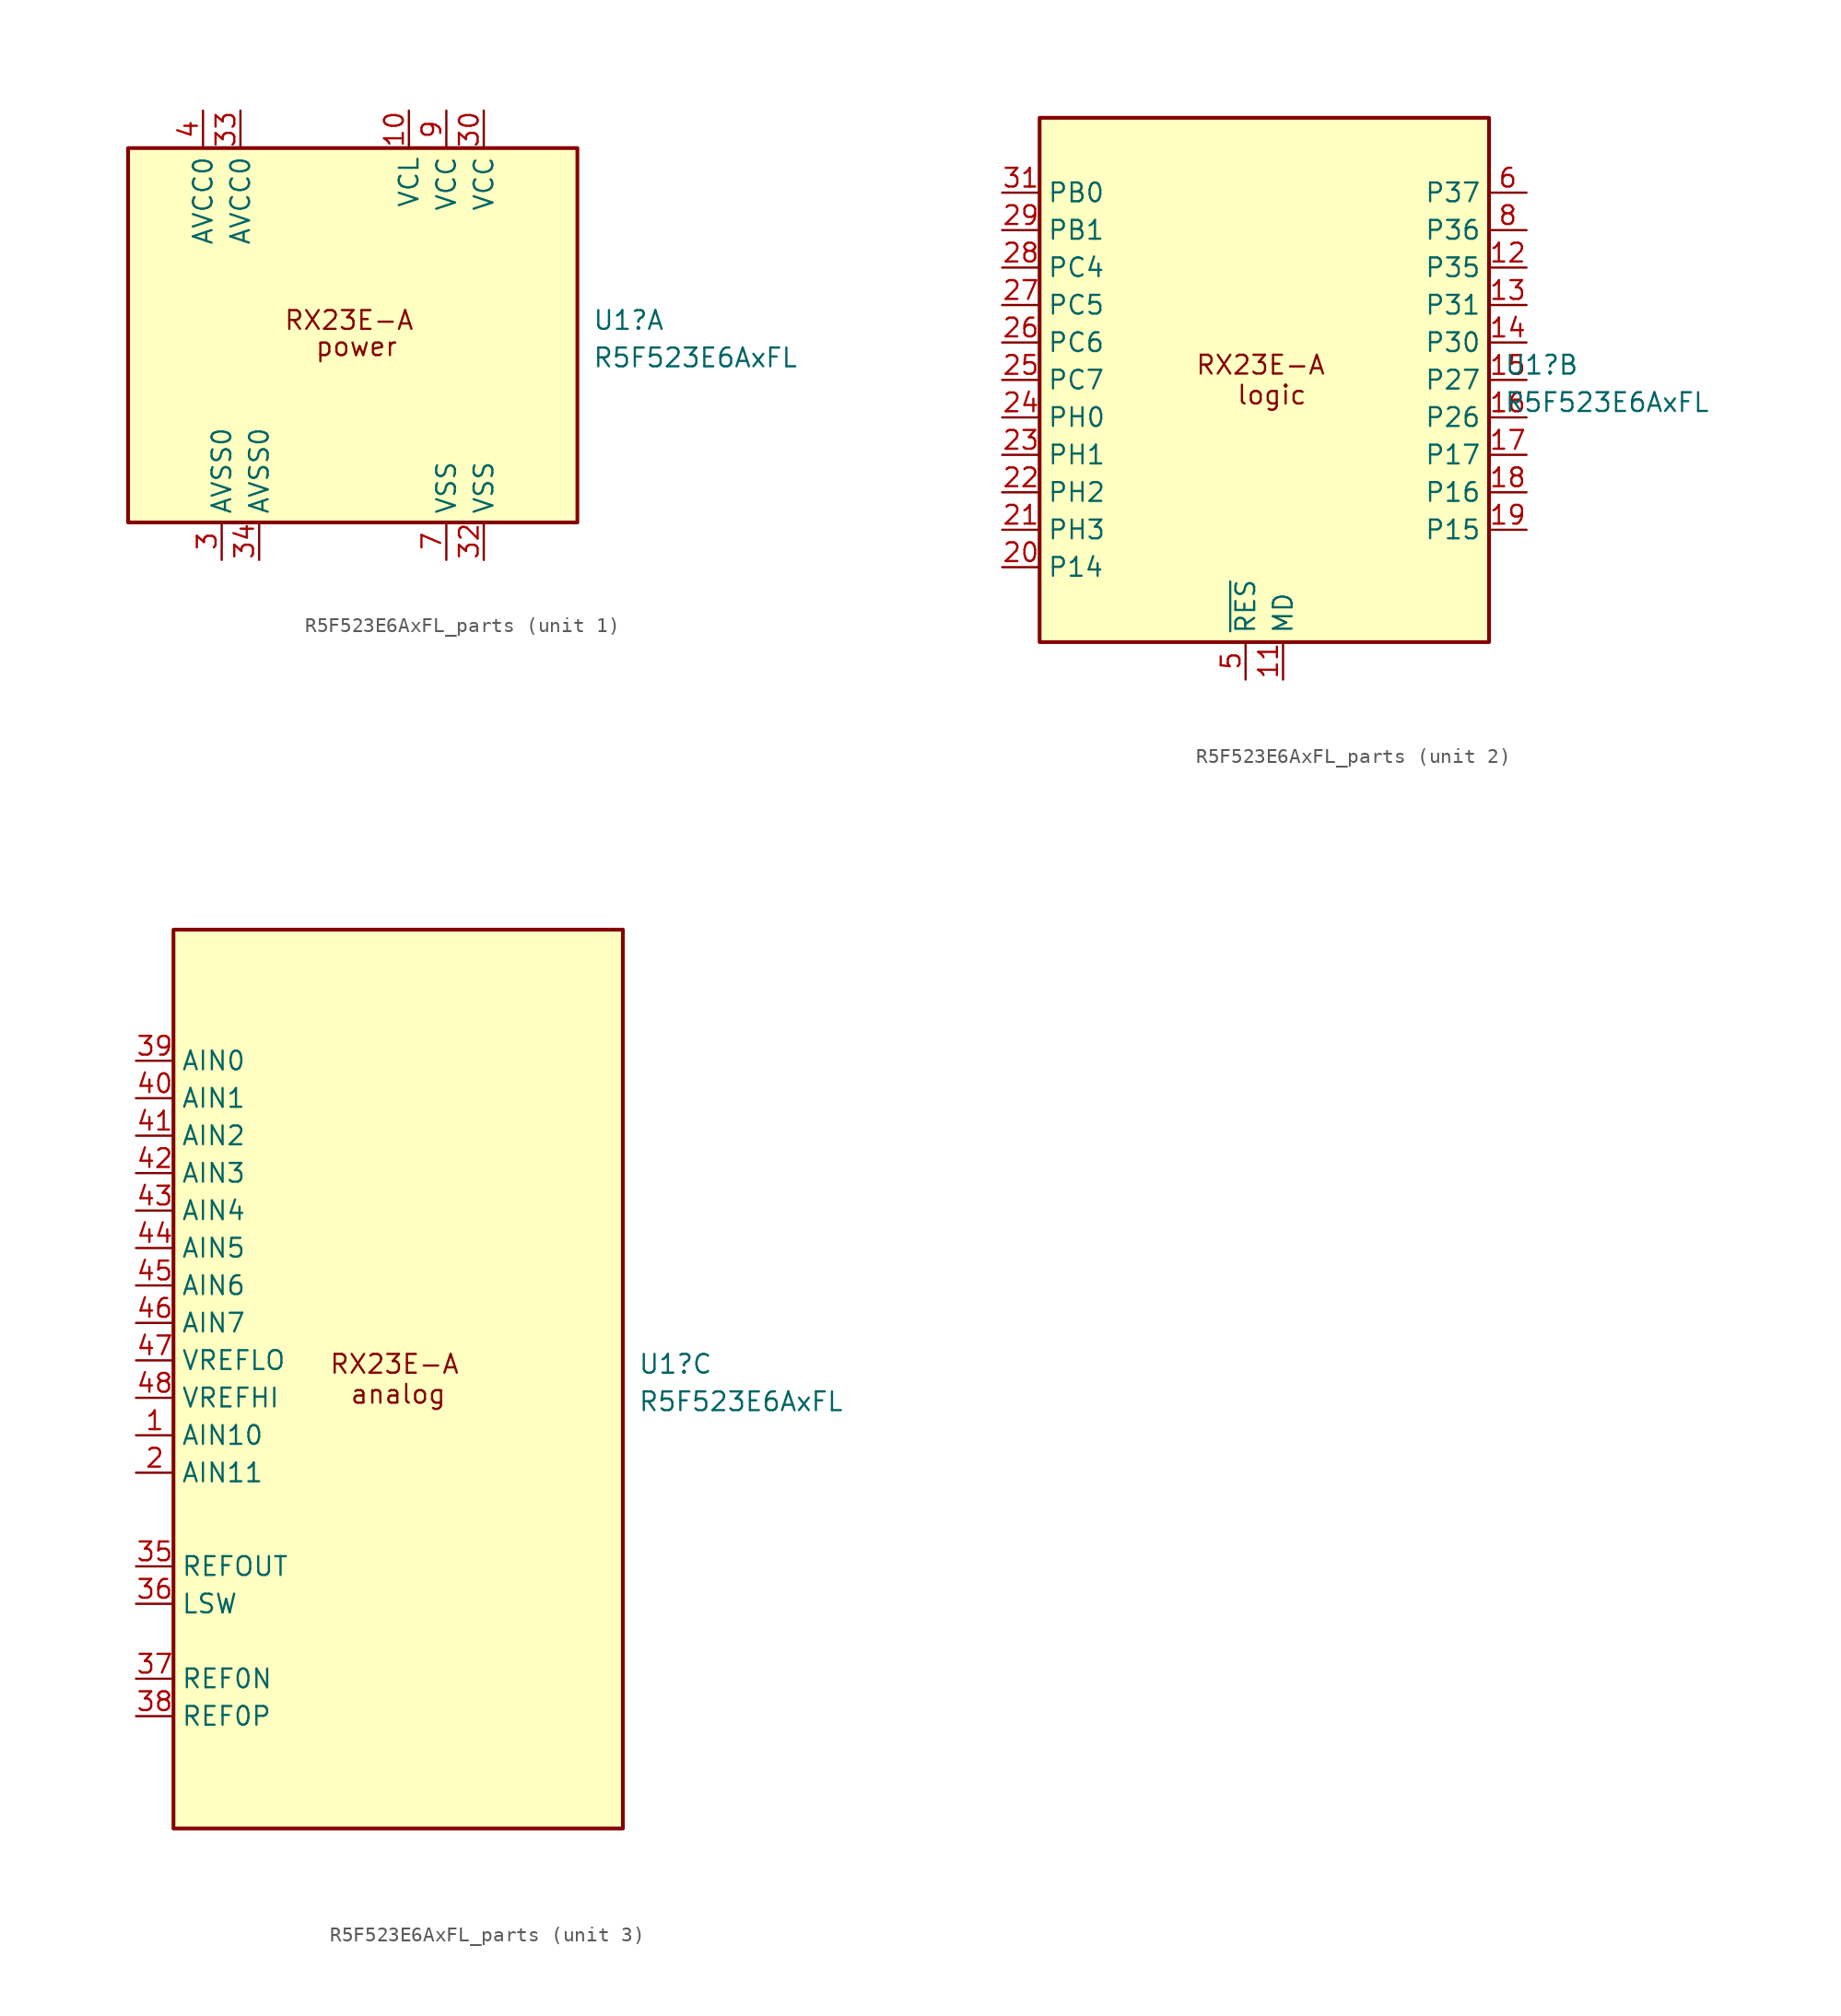
<source format=kicad_sym>
(kicad_symbol_lib
  (version 20231120)
  (generator "kicad_symbol_editor")
  (generator_version "8.0")
  (symbol "R5F523E6AxFL_parts"
    (property "Reference" "U1"
      (at 16.256 1.016 0)
      (effects (font (size 1.27 1.27)) (justify left)))
    (property "Value" "R5F523E6AxFL"
      (at 16.256 -1.524 0)
      (effects (font (size 1.27 1.27)) (justify left)))
    (property "ki_locked" ""
      (at 0 0 0)
      (effects (font (size 1.27 1.27))))
    (symbol "R5F523E6AxFL_parts_0_0"
      (text "RX23E-A" (at -0.254 1.016 0) (effects (font (size 1.27 1.27)))))
    (symbol "R5F523E6AxFL_parts_1_1"
      (rectangle (start -15.24 12.7) (end 15.24 -12.7) (stroke (width 0.254) (type default)) (fill (type background)))
      (text "power" (at 0.254 -0.762 0) (effects (font (size 1.27 1.27))))
      (pin passive line (at 3.81 15.24 270) (length 2.54) (name "VCL" (effects (font (size 1.27 1.27)))) (number "10" (effects (font (size 1.27 1.27)))))
      (pin power_in line (at -8.89 -15.24 90) (length 2.54) (name "AVSS0" (effects (font (size 1.27 1.27)))) (number "3" (effects (font (size 1.27 1.27)))))
      (pin power_in line (at 8.89 15.24 270) (length 2.54) (name "VCC" (effects (font (size 1.27 1.27)))) (number "30" (effects (font (size 1.27 1.27)))))
      (pin power_in line (at 8.89 -15.24 90) (length 2.54) (name "VSS" (effects (font (size 1.27 1.27)))) (number "32" (effects (font (size 1.27 1.27)))))
      (pin power_in line (at -7.62 15.24 270) (length 2.54) (name "AVCC0" (effects (font (size 1.27 1.27)))) (number "33" (effects (font (size 1.27 1.27)))))
      (pin power_in line (at -6.35 -15.24 90) (length 2.54) (name "AVSS0" (effects (font (size 1.27 1.27)))) (number "34" (effects (font (size 1.27 1.27)))))
      (pin power_in line (at -10.16 15.24 270) (length 2.54) (name "AVCC0" (effects (font (size 1.27 1.27)))) (number "4" (effects (font (size 1.27 1.27)))))
      (pin power_in line (at 6.35 -15.24 90) (length 2.54) (name "VSS" (effects (font (size 1.27 1.27)))) (number "7" (effects (font (size 1.27 1.27)))))
      (pin power_in line (at 6.35 15.24 270) (length 2.54) (name "VCC" (effects (font (size 1.27 1.27)))) (number "9" (effects (font (size 1.27 1.27))))))
    (symbol "R5F523E6AxFL_parts_2_1"
      (rectangle (start -15.24 17.78) (end 15.24 -17.78) (stroke (width 0.254) (type default)) (fill (type background)))
      (text "logic" (at 0.508 -1.016 0) (effects (font (size 1.27 1.27))))
      (pin input line (at 1.27 -20.32 90) (length 2.54) (name "MD" (effects (font (size 1.27 1.27)))) (number "11" (effects (font (size 1.27 1.27)))) (alternate "FINED" bidirectional line))
      (pin bidirectional line (at 17.78 7.62 180) (length 2.54) (name "P35" (effects (font (size 1.27 1.27)))) (number "12" (effects (font (size 1.27 1.27)))) (alternate "NMI" input line))
      (pin bidirectional line (at 17.78 5.08 180) (length 2.54) (name "P31" (effects (font (size 1.27 1.27)))) (number "13" (effects (font (size 1.27 1.27)))) (alternate "CTS1#" input line) (alternate "IRQ1" input line) (alternate "MTIOC1A" bidirectional line) (alternate "MTIOC4D" bidirectional line) (alternate "RTS1#" output line) (alternate "SS1#" input line) (alternate "TMO3" output line))
      (pin bidirectional line (at 17.78 2.54 180) (length 2.54) (name "P30" (effects (font (size 1.27 1.27)))) (number "14" (effects (font (size 1.27 1.27)))) (alternate "IRQ0" input line) (alternate "MTIOC0A" bidirectional line) (alternate "MTIOC4B" bidirectional line) (alternate "POE8#" input line) (alternate "RXD1" input line) (alternate "SMISO1" bidirectional line) (alternate "SSCL1" bidirectional line) (alternate "TMCI3" input line))
      (pin bidirectional line (at 17.78 0 180) (length 2.54) (name "P27" (effects (font (size 1.27 1.27)))) (number "15" (effects (font (size 1.27 1.27)))) (alternate "IRQ3" input line) (alternate "MTIOC2B" bidirectional line) (alternate "MTIOC4A" bidirectional line) (alternate "SCK1" bidirectional line) (alternate "TMRI3" input line))
      (pin bidirectional line (at 17.78 -2.54 180) (length 2.54) (name "P26" (effects (font (size 1.27 1.27)))) (number "16" (effects (font (size 1.27 1.27)))) (alternate "IRQ2" input line) (alternate "MTIOC2A" bidirectional line) (alternate "MTIOC4C" bidirectional line) (alternate "SMOSI1" bidirectional line) (alternate "SSDA1" bidirectional line) (alternate "TMO0" output line) (alternate "TXD1" output line))
      (pin bidirectional line (at 17.78 -5.08 180) (length 2.54) (name "P17" (effects (font (size 1.27 1.27)))) (number "17" (effects (font (size 1.27 1.27)))) (alternate "IRQ7" input line) (alternate "MISOA" bidirectional line) (alternate "MTIOC3A" bidirectional line) (alternate "MTIOC3B" bidirectional line) (alternate "POE8#" input line) (alternate "SCK1" bidirectional line) (alternate "SDA" bidirectional line) (alternate "TMO1" output line))
      (pin bidirectional line (at 17.78 -7.62 180) (length 2.54) (name "P16" (effects (font (size 1.27 1.27)))) (number "18" (effects (font (size 1.27 1.27)))) (alternate "ADTRG0#" input line) (alternate "IRQ6" input line) (alternate "MOSIA" bidirectional line) (alternate "MTIOC3C" bidirectional line) (alternate "MTIOC3D" bidirectional line) (alternate "SCL" bidirectional line) (alternate "SMOSI1" bidirectional line) (alternate "SSDA1" bidirectional line) (alternate "TMO2" output line) (alternate "TXD1" output line))
      (pin bidirectional line (at 17.78 -10.16 180) (length 2.54) (name "P15" (effects (font (size 1.27 1.27)))) (number "19" (effects (font (size 1.27 1.27)))) (alternate "CRXD0" input line) (alternate "IRQ5" input line) (alternate "MTCLKB" input line) (alternate "MTIOC0B" bidirectional line) (alternate "RXD1" input line) (alternate "SMISO1" bidirectional line) (alternate "SSCL1" bidirectional line) (alternate "SSLA1" output line) (alternate "TMCI2" input line))
      (pin bidirectional line (at -17.78 -12.7 0) (length 2.54) (name "P14" (effects (font (size 1.27 1.27)))) (number "20" (effects (font (size 1.27 1.27)))) (alternate "CTS1#" input line) (alternate "CTXD0" output line) (alternate "IRQ4" input line) (alternate "MTCLKA" input line) (alternate "MTIOC3A" bidirectional line) (alternate "RTS1#" output line) (alternate "SS1#" input line) (alternate "SSLA3" output line) (alternate "TMRI2" input line))
      (pin bidirectional line (at -17.78 -10.16 0) (length 2.54) (name "PH3" (effects (font (size 1.27 1.27)))) (number "21" (effects (font (size 1.27 1.27)))) (alternate "CTS6#" input line) (alternate "MTCLKB" input line) (alternate "MTIC5W" input line) (alternate "POE2#" input line) (alternate "RSPCKA" bidirectional line) (alternate "RTS6#" output line) (alternate "SS6#" input line) (alternate "TMCI0" input line))
      (pin bidirectional line (at -17.78 -7.62 0) (length 2.54) (name "PH2" (effects (font (size 1.27 1.27)))) (number "22" (effects (font (size 1.27 1.27)))) (alternate "IRQ1" input line) (alternate "MOSIA" input line) (alternate "MTCLKA" input line) (alternate "MTIC5V" input line) (alternate "SCK5" bidirectional line) (alternate "TMRI0" input line))
      (pin bidirectional line (at -17.78 -5.08 0) (length 2.54) (name "PH1" (effects (font (size 1.27 1.27)))) (number "23" (effects (font (size 1.27 1.27)))) (alternate "CLKOUT" output line) (alternate "IRQ0" input line) (alternate "MTCLKD" input line) (alternate "MTIC5U" input line) (alternate "POE2#" input line) (alternate "SMOSI5" bidirectional line) (alternate "SSDA5" bidirectional line) (alternate "SSLA0" bidirectional line) (alternate "TMO0" output line) (alternate "TXD5" output line))
      (pin bidirectional line (at -17.78 -2.54 0) (length 2.54) (name "PH0" (effects (font (size 1.27 1.27)))) (number "24" (effects (font (size 1.27 1.27)))) (alternate "CACREF" input line) (alternate "MTCLKC" input line) (alternate "MTIOC0D" bidirectional line) (alternate "RXD5" input line) (alternate "SMISO5" bidirectional line) (alternate "SSCL5" bidirectional line) (alternate "SSLA2" output line) (alternate "TMRI0" input line))
      (pin bidirectional line (at -17.78 0 0) (length 2.54) (name "PC7" (effects (font (size 1.27 1.27)))) (number "25" (effects (font (size 1.27 1.27)))) (alternate "CACREF" input line) (alternate "MISOA" bidirectional line) (alternate "MTCLKB" input line) (alternate "MTIOC3A" bidirectional line) (alternate "SMOSI6" bidirectional line) (alternate "SSDA6" bidirectional line) (alternate "TMO2" output line) (alternate "TXD6" output line))
      (pin bidirectional line (at -17.78 2.54 0) (length 2.54) (name "PC6" (effects (font (size 1.27 1.27)))) (number "26" (effects (font (size 1.27 1.27)))) (alternate "MOSIA" bidirectional line) (alternate "MTCLKA" input line) (alternate "MTIOC3C" bidirectional line) (alternate "RXD6" input line) (alternate "SMISO6" bidirectional line) (alternate "SSCL6" bidirectional line) (alternate "TMCI2" input line))
      (pin bidirectional line (at -17.78 5.08 0) (length 2.54) (name "PC5" (effects (font (size 1.27 1.27)))) (number "27" (effects (font (size 1.27 1.27)))) (alternate "MTCLKD" input line) (alternate "MTIOC3B" bidirectional line) (alternate "RSPCKA" bidirectional line) (alternate "SCK12" bidirectional line) (alternate "SCK5" bidirectional line) (alternate "SCK6" bidirectional line) (alternate "TMRI2" input line))
      (pin bidirectional line (at -17.78 7.62 0) (length 2.54) (name "PC4" (effects (font (size 1.27 1.27)))) (number "28" (effects (font (size 1.27 1.27)))) (alternate "CTS12#" input line) (alternate "CTS5#" input line) (alternate "MTCLKC" input line) (alternate "MTIOC3D" bidirectional line) (alternate "POE0#" input line) (alternate "RTS12#" output line) (alternate "RTS5#" output line) (alternate "SS12#" input line) (alternate "SS5#" input line) (alternate "SSLA0 " bidirectional line) (alternate "TMCI1" bidirectional line))
      (pin bidirectional line (at -17.78 10.16 0) (length 2.54) (name "PB1" (effects (font (size 1.27 1.27)))) (number "29" (effects (font (size 1.27 1.27)))) (alternate "MTIOC1B" bidirectional line) (alternate "MTIOC2A" bidirectional line) (alternate "POE1#" input line) (alternate "SIOX12" bidirectional line) (alternate "SMOSI12" bidirectional line) (alternate "SSDA12" bidirectional line) (alternate "TMRI1" input line) (alternate "TXD12" output line) (alternate "TXDX12" output line))
      (pin bidirectional line (at -17.78 12.7 0) (length 2.54) (name "PB0" (effects (font (size 1.27 1.27)))) (number "31" (effects (font (size 1.27 1.27)))) (alternate "IRQ4" input line) (alternate "MTIOC0C" bidirectional line) (alternate "POE3#" input line) (alternate "RXD12" input line) (alternate "RXDX12" input line) (alternate "SMISO12" bidirectional line) (alternate "SSCL12" bidirectional line) (alternate "TMCI0" input line))
      (pin input line (at -1.27 -20.32 90) (length 2.54) (name "~{RES}" (effects (font (size 1.27 1.27)))) (number "5" (effects (font (size 1.27 1.27)))))
      (pin bidirectional line (at 17.78 12.7 180) (length 2.54) (name "P37" (effects (font (size 1.27 1.27)))) (number "6" (effects (font (size 1.27 1.27)))) (alternate "XTAL" output line))
      (pin bidirectional line (at 17.78 10.16 180) (length 2.54) (name "P36" (effects (font (size 1.27 1.27)))) (number "8" (effects (font (size 1.27 1.27)))) (alternate "EXTAL" input line)))
    (symbol "R5F523E6AxFL_parts_3_1"
      (rectangle (start -15.24 30.48) (end 15.24 -30.48) (stroke (width 0.254) (type default)) (fill (type background)))
      (text "analog" (at 0 -1.016 0) (effects (font (size 1.27 1.27))))
      (pin input line (at -17.78 -3.81 0) (length 2.54) (name "AIN10" (effects (font (size 1.27 1.27)))) (number "1" (effects (font (size 1.27 1.27)))) (alternate "AN004" input line))
      (pin input line (at -17.78 -6.35 0) (length 2.54) (name "AIN11" (effects (font (size 1.27 1.27)))) (number "2" (effects (font (size 1.27 1.27)))) (alternate "AN005" input line))
      (pin output line (at -17.78 -12.7 0) (length 2.54) (name "REFOUT" (effects (font (size 1.27 1.27)))) (number "35" (effects (font (size 1.27 1.27)))))
      (pin output line (at -17.78 -15.24 0) (length 2.54) (name "LSW" (effects (font (size 1.27 1.27)))) (number "36" (effects (font (size 1.27 1.27)))))
      (pin input line (at -17.78 -20.32 0) (length 2.54) (name "REF0N" (effects (font (size 1.27 1.27)))) (number "37" (effects (font (size 1.27 1.27)))))
      (pin input line (at -17.78 -22.86 0) (length 2.54) (name "REF0P" (effects (font (size 1.27 1.27)))) (number "38" (effects (font (size 1.27 1.27)))))
      (pin input line (at -17.78 21.59 0) (length 2.54) (name "AIN0" (effects (font (size 1.27 1.27)))) (number "39" (effects (font (size 1.27 1.27)))))
      (pin input line (at -17.78 19.05 0) (length 2.54) (name "AIN1" (effects (font (size 1.27 1.27)))) (number "40" (effects (font (size 1.27 1.27)))))
      (pin input line (at -17.78 16.51 0) (length 2.54) (name "AIN2" (effects (font (size 1.27 1.27)))) (number "41" (effects (font (size 1.27 1.27)))))
      (pin input line (at -17.78 13.97 0) (length 2.54) (name "AIN3" (effects (font (size 1.27 1.27)))) (number "42" (effects (font (size 1.27 1.27)))))
      (pin input line (at -17.78 11.43 0) (length 2.54) (name "AIN4" (effects (font (size 1.27 1.27)))) (number "43" (effects (font (size 1.27 1.27)))) (alternate "REF1N" input line))
      (pin input line (at -17.78 8.89 0) (length 2.54) (name "AIN5" (effects (font (size 1.27 1.27)))) (number "44" (effects (font (size 1.27 1.27)))) (alternate "REF1P" input line))
      (pin input line (at -17.78 6.35 0) (length 2.54) (name "AIN6" (effects (font (size 1.27 1.27)))) (number "45" (effects (font (size 1.27 1.27)))) (alternate "AN000" input line))
      (pin input line (at -17.78 3.81 0) (length 2.54) (name "AIN7" (effects (font (size 1.27 1.27)))) (number "46" (effects (font (size 1.27 1.27)))) (alternate "AN001" input line))
      (pin input line (at -17.78 1.27 0) (length 2.54) (name "VREFLO" (effects (font (size 1.27 1.27)))) (number "47" (effects (font (size 1.27 1.27)))) (alternate "AIN8" input line) (alternate "AN002" input line))
      (pin input line (at -17.78 -1.27 0) (length 2.54) (name "VREFHI" (effects (font (size 1.27 1.27)))) (number "48" (effects (font (size 1.27 1.27)))) (alternate "AIN9" input line) (alternate "AN003" input line)))))
</source>
